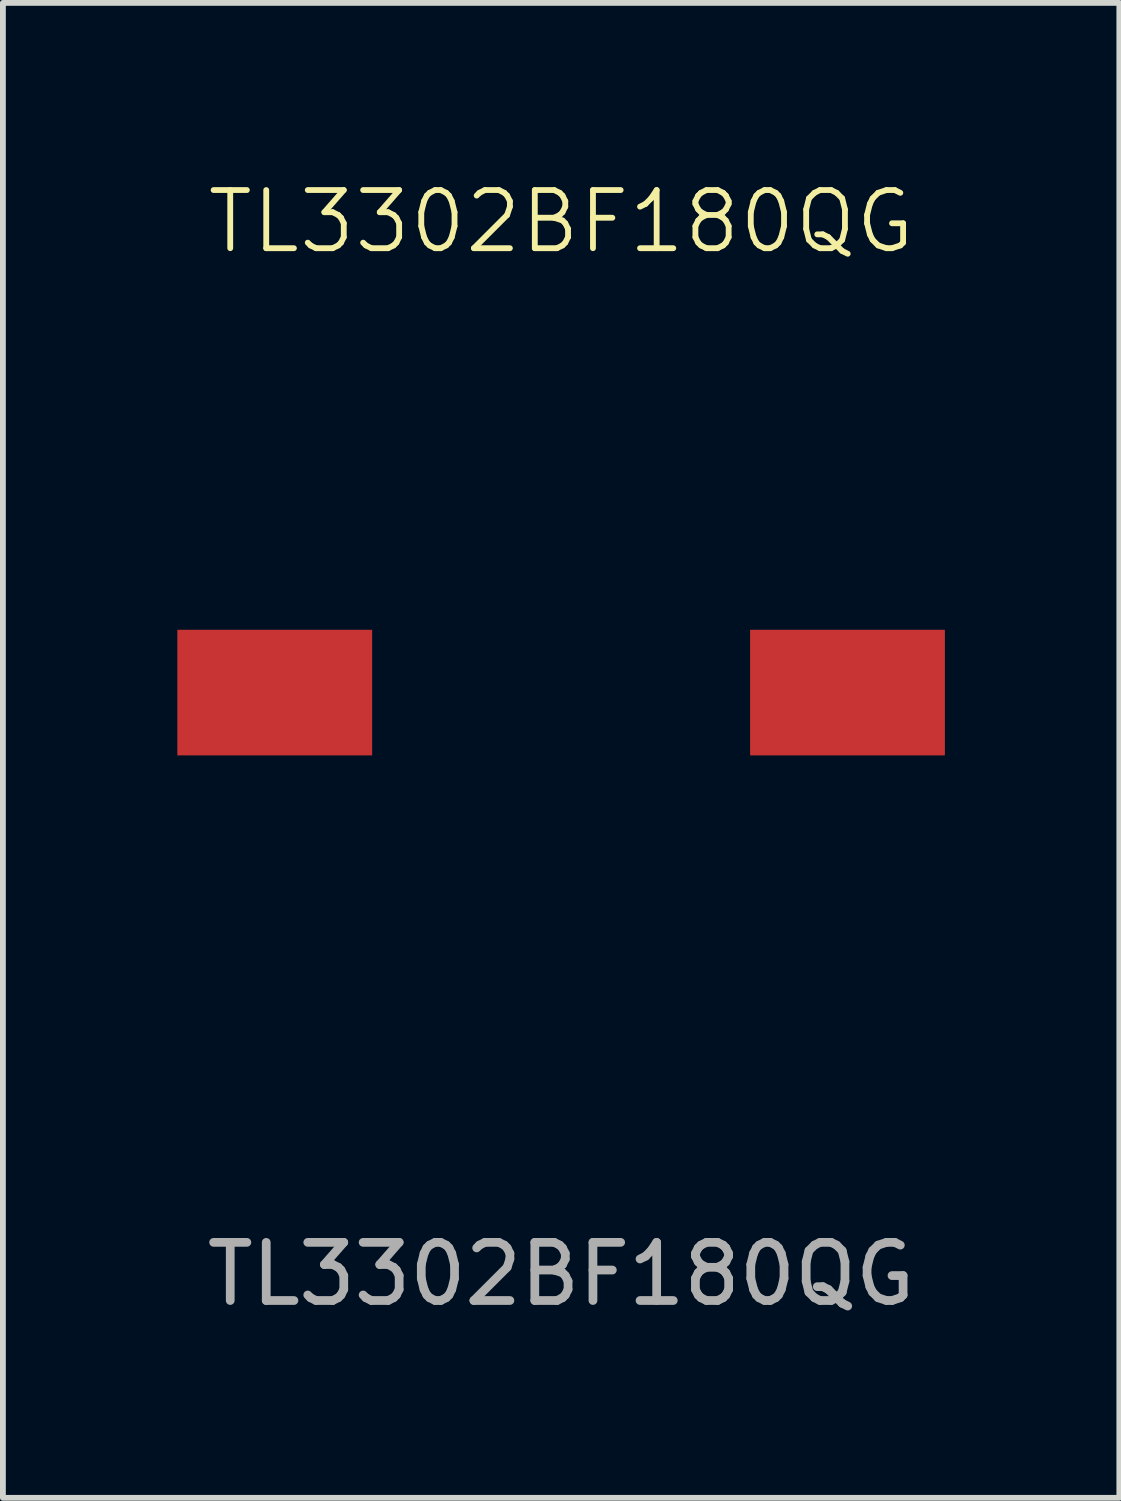
<source format=kicad_pcb>
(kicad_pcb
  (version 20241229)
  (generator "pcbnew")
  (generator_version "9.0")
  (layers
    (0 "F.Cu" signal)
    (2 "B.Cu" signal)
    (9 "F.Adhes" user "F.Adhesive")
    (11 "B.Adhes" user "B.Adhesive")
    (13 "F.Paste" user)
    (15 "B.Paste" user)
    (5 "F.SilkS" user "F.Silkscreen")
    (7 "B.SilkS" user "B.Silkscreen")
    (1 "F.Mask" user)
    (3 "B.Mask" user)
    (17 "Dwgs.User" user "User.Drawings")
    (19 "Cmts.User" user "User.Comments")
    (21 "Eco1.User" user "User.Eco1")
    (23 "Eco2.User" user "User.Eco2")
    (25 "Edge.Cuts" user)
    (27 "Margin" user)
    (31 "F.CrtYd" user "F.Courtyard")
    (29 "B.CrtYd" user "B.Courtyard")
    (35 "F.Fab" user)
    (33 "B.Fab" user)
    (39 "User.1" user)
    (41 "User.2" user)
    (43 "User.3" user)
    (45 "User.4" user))
  (footprint "TL3302BF180QG"
    (layer "F.Cu")
    (at 6.6 8.861)
    (property "Reference" "TL3302BF180QG" (at 0 -8.1 0) (unlocked yes) (layer "F.SilkS") (effects (font (size 1 1) (thickness 0.1))))
    (attr smd)
    (fp_text user "${REFERENCE}" (at 0 10 0) (unlocked yes) (layer "F.Fab") (effects (font (size 1 1) (thickness 0.15))))
    (pad "1" smd rect (at -4.925 0) (size 3.35 2.16) (layers "F.Cu" "F.Mask" "F.Paste"))
    (pad "2" smd rect (at 4.925 0) (size 3.35 2.16) (layers "F.Cu" "F.Mask" "F.Paste")))
  (gr_rect
    (start -3 -3)
    (end 16.2 22.709)
    (stroke (width 0.1) (type default))
    (fill no)
    (layer "Edge.Cuts")))
</source>
